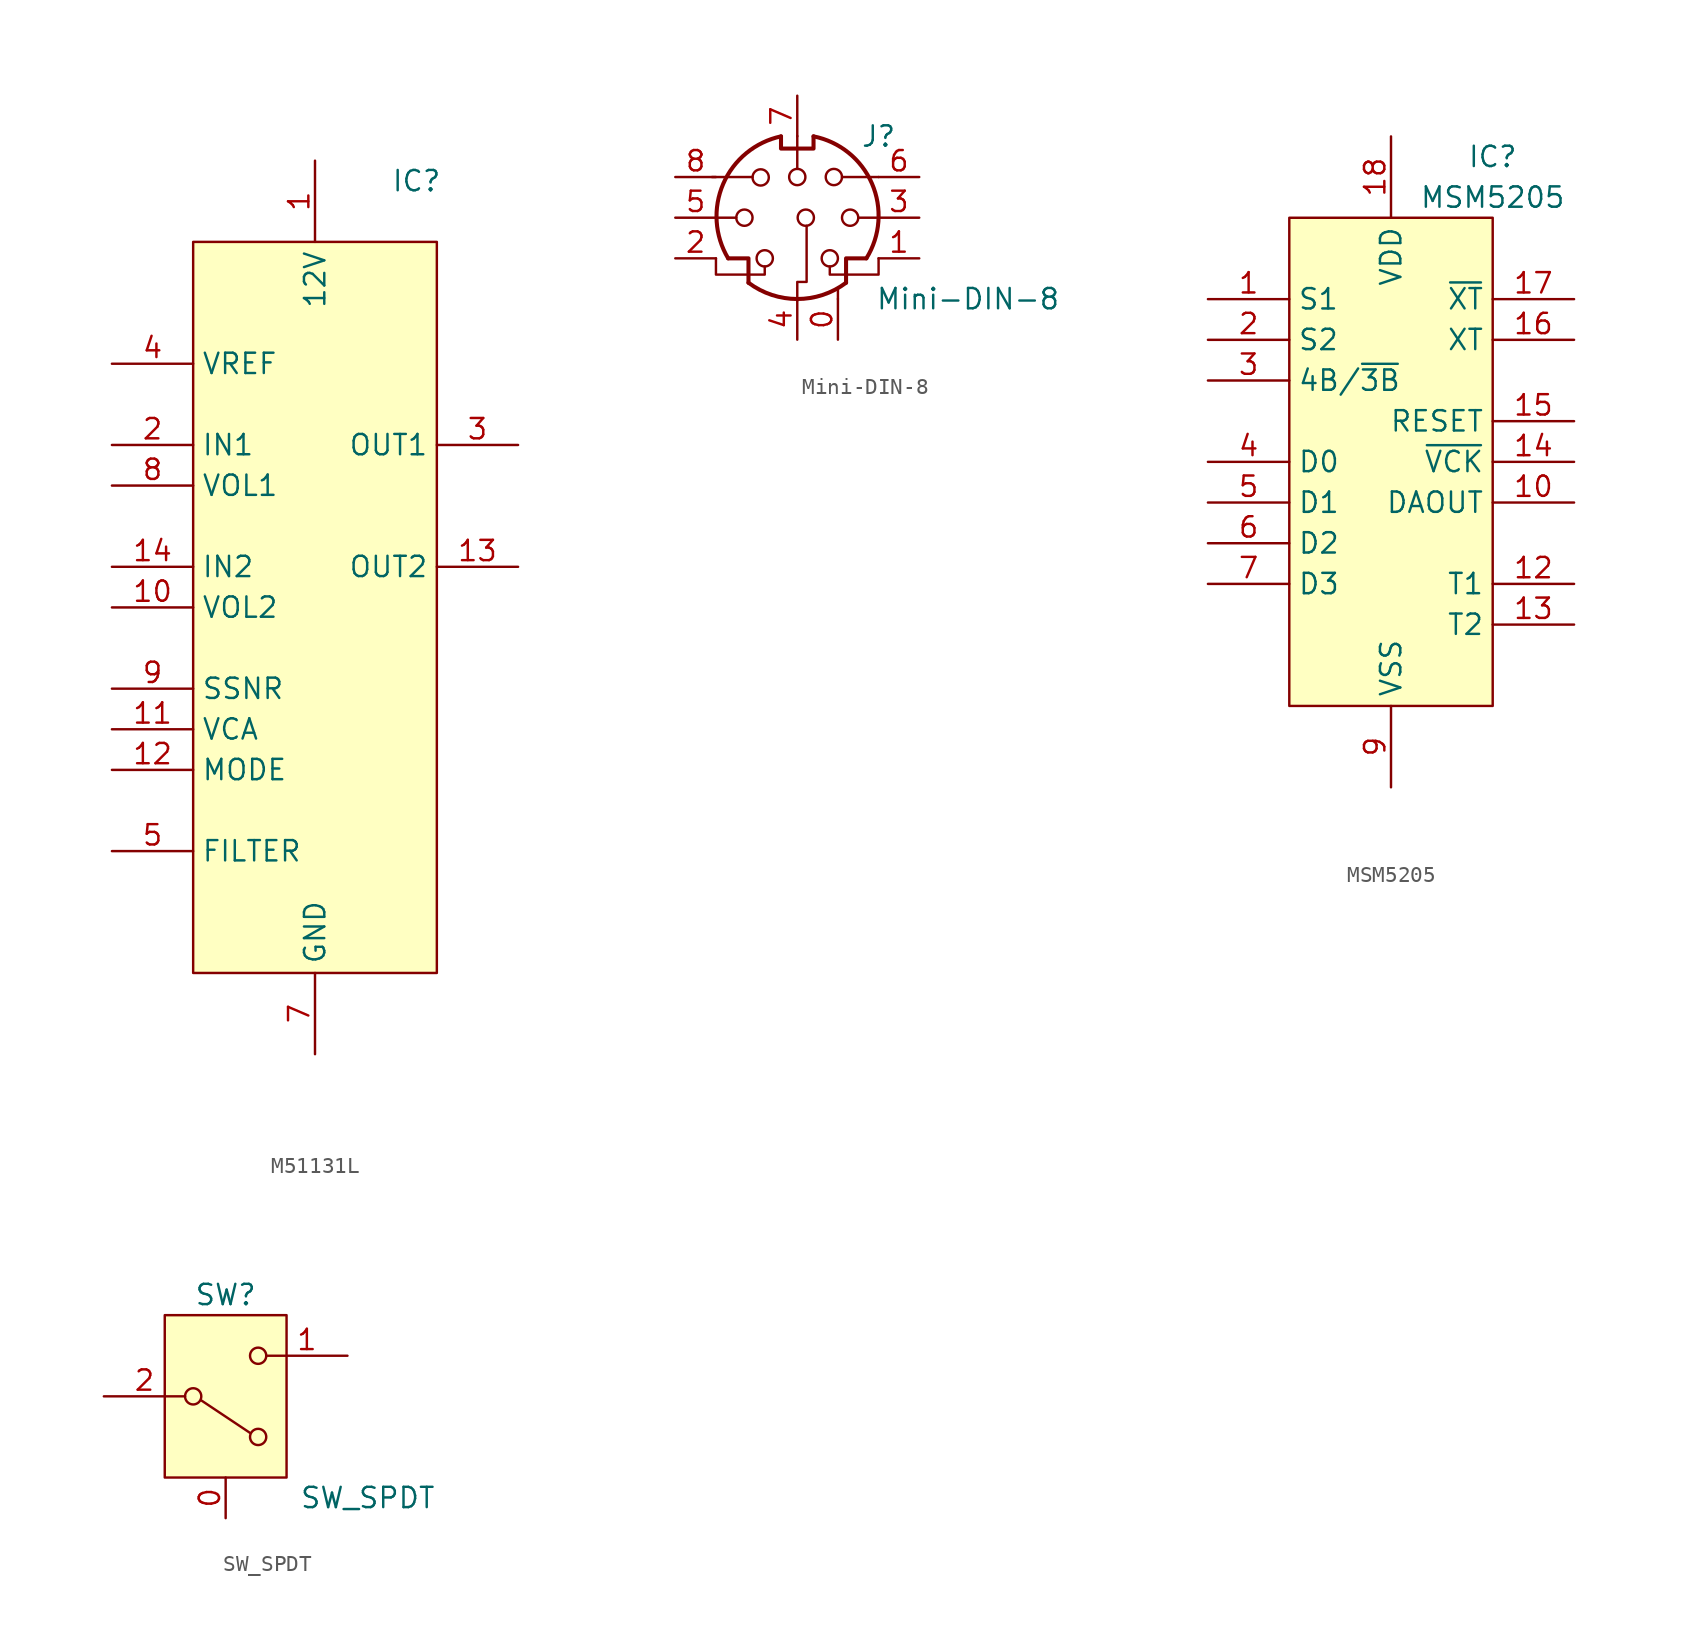
<source format=kicad_sym>
(kicad_symbol_lib
  (version 20220914)
  (generator kicad_symbol_editor)
  (symbol "M51131L"
    (property "Reference" "IC"
      (at 6.35 26.67 0)
      (effects (font (size 1.27 1.27))))
    (property "Value" ""
      (at 0 22.86 0)
      (effects (font (size 1.27 1.27))))
    (symbol "M51131L_1_1"
      (rectangle (start -7.62 22.86) (end 7.62 -22.86) (stroke (width 0) (type default)) (fill (type background)))
      (pin power_in line (at 0 27.94 270) (length 5.08) (name "12V" (effects (font (size 1.27 1.27)))) (number "1" (effects (font (size 1.27 1.27)))))
      (pin input line (at -12.7 0 0) (length 5.08) (name "VOL2" (effects (font (size 1.27 1.27)))) (number "10" (effects (font (size 1.27 1.27)))))
      (pin input line (at -12.7 -7.62 0) (length 5.08) (name "VCA" (effects (font (size 1.27 1.27)))) (number "11" (effects (font (size 1.27 1.27)))))
      (pin input line (at -12.7 -10.16 0) (length 5.08) (name "MODE" (effects (font (size 1.27 1.27)))) (number "12" (effects (font (size 1.27 1.27)))))
      (pin output line (at 12.7 2.54 180) (length 5.08) (name "OUT2" (effects (font (size 1.27 1.27)))) (number "13" (effects (font (size 1.27 1.27)))))
      (pin output line (at -12.7 2.54 0) (length 5.08) (name "IN2" (effects (font (size 1.27 1.27)))) (number "14" (effects (font (size 1.27 1.27)))))
      (pin input line (at -12.7 10.16 0) (length 5.08) (name "IN1" (effects (font (size 1.27 1.27)))) (number "2" (effects (font (size 1.27 1.27)))))
      (pin output line (at 12.7 10.16 180) (length 5.08) (name "OUT1" (effects (font (size 1.27 1.27)))) (number "3" (effects (font (size 1.27 1.27)))))
      (pin input line (at -12.7 15.24 0) (length 5.08) (name "VREF" (effects (font (size 1.27 1.27)))) (number "4" (effects (font (size 1.27 1.27)))))
      (pin input line (at -12.7 -15.24 0) (length 5.08) (name "FILTER" (effects (font (size 1.27 1.27)))) (number "5" (effects (font (size 1.27 1.27)))))
      (pin no_connect line (at 12.7 -12.7 180) (length 5.08) hide (name "N/C" (effects (font (size 1.27 1.27)))) (number "6" (effects (font (size 1.27 1.27)))))
      (pin power_out line (at 0 -27.94 90) (length 5.08) (name "GND" (effects (font (size 1.27 1.27)))) (number "7" (effects (font (size 1.27 1.27)))))
      (pin input line (at -12.7 7.62 0) (length 5.08) (name "VOL1" (effects (font (size 1.27 1.27)))) (number "8" (effects (font (size 1.27 1.27)))))
      (pin input line (at -12.7 -5.08 0) (length 5.08) (name "SSNR" (effects (font (size 1.27 1.27)))) (number "9" (effects (font (size 1.27 1.27)))))))
  (symbol "Mini-DIN-8"
    (pin_names
      (offset 1.016))
    (property "Reference" "J"
      (at 5.08 5.08 0)
      (effects (font (size 1.27 1.27))))
    (property "Value" "Mini-DIN-8"
      (at 10.668 -5.08 0)
      (effects (font (size 1.27 1.27))))
    (symbol "Mini-DIN-8_0_1"
      (circle (center -3.302 0) (radius 0.508) (stroke (width 0) (type default)) (fill (type none)))
      (arc (start -3.048 -4.064) (mid 0 -5.08) (end 3.048 -4.064) (stroke (width 0.254) (type default)) (fill (type none)))
      (circle (center -2.286 2.515) (radius 0.508) (stroke (width 0) (type default)) (fill (type none)))
      (circle (center -2.032 -2.54) (radius 0.508) (stroke (width 0) (type default)) (fill (type none)))
      (arc (start -1.016 5.08) (mid -4.6228 2.1214) (end -4.318 -2.54) (stroke (width 0.254) (type default)) (fill (type none)))
      (polyline (pts (xy -3.81 0) (xy -5.08 0)) (stroke (width 0) (type default)) (fill (type none)))
      (polyline (pts (xy -2.794 2.54) (xy -5.334 2.54)) (stroke (width 0) (type default)) (fill (type none)))
      (polyline (pts (xy 0 5.105) (xy 0 3.048)) (stroke (width 0) (type default)) (fill (type none)))
      (polyline (pts (xy 2.54 -5.08) (xy 2.54 -4.445)) (stroke (width 0) (type default)) (fill (type none)))
      (polyline (pts (xy 2.794 2.54) (xy 5.08 2.54)) (stroke (width 0) (type default)) (fill (type none)))
      (polyline (pts (xy 5.08 0) (xy 3.81 0)) (stroke (width 0) (type default)) (fill (type none)))
      (polyline (pts (xy -4.318 -2.54) (xy -3.048 -2.54) (xy -3.048 -4.064)) (stroke (width 0.254) (type default)) (fill (type none)))
      (polyline (pts (xy 4.318 -2.54) (xy 3.048 -2.54) (xy 3.048 -4.064)) (stroke (width 0.254) (type default)) (fill (type none)))
      (polyline (pts (xy -2.032 -3.048) (xy -2.032 -3.556) (xy -5.08 -3.556) (xy -5.08 -2.54)) (stroke (width 0) (type default)) (fill (type none)))
      (polyline (pts (xy -1.016 5.08) (xy -1.016 4.318) (xy 1.016 4.318) (xy 1.016 5.08)) (stroke (width 0.254) (type default)) (fill (type none)))
      (polyline (pts (xy 0.584 -0.508) (xy 0.584 -4.013) (xy 0 -4.013) (xy 0 -5.182)) (stroke (width 0) (type default)) (fill (type none)))
      (polyline (pts (xy 2.032 -3.048) (xy 2.032 -3.556) (xy 5.08 -3.556) (xy 5.08 -2.54)) (stroke (width 0) (type default)) (fill (type none)))
      (circle (center 0 2.54) (radius 0.508) (stroke (width 0) (type default)) (fill (type none)))
      (circle (center 2.032 -2.54) (radius 0.508) (stroke (width 0) (type default)) (fill (type none)))
      (circle (center 2.286 2.54) (radius 0.508) (stroke (width 0) (type default)) (fill (type none)))
      (circle (center 3.302 0) (radius 0.508) (stroke (width 0) (type default)) (fill (type none)))
      (arc (start 4.318 -2.54) (mid 4.6661 2.1322) (end 1.016 5.08) (stroke (width 0.254) (type default)) (fill (type none))))
    (symbol "Mini-DIN-8_1_1"
      (circle (center 0.533 0) (radius 0.508) (stroke (width 0) (type default)) (fill (type none)))
      (pin passive line (at 2.54 -7.62 90) (length 2.54) (name "" (effects (font (size 1.27 1.27)))) (number "0" (effects (font (size 1.27 1.27)))))
      (pin passive line (at 7.62 -2.54 180) (length 2.54) (name "~" (effects (font (size 1.27 1.27)))) (number "1" (effects (font (size 1.27 1.27)))))
      (pin passive line (at -7.62 -2.54 0) (length 2.54) (name "~" (effects (font (size 1.27 1.27)))) (number "2" (effects (font (size 1.27 1.27)))))
      (pin passive line (at 7.62 0 180) (length 2.54) (name "~" (effects (font (size 1.27 1.27)))) (number "3" (effects (font (size 1.27 1.27)))))
      (pin passive line (at 0 -7.62 90) (length 2.54) (name "~" (effects (font (size 1.27 1.27)))) (number "4" (effects (font (size 1.27 1.27)))))
      (pin passive line (at -7.62 0 0) (length 2.54) (name "~" (effects (font (size 1.27 1.27)))) (number "5" (effects (font (size 1.27 1.27)))))
      (pin passive line (at 7.62 2.54 180) (length 2.54) (name "~" (effects (font (size 1.27 1.27)))) (number "6" (effects (font (size 1.27 1.27)))))
      (pin passive line (at 0 7.62 270) (length 2.54) (name "~" (effects (font (size 1.27 1.27)))) (number "7" (effects (font (size 1.27 1.27)))))
      (pin passive line (at -7.62 2.54 0) (length 2.54) (name "~" (effects (font (size 1.27 1.27)))) (number "8" (effects (font (size 1.27 1.27)))))))
  (symbol "MSM5205"
    (property "Reference" "IC"
      (at 6.35 19.05 0)
      (effects (font (size 1.27 1.27))))
    (property "Value" "MSM5205"
      (at 6.35 16.51 0)
      (effects (font (size 1.27 1.27))))
    (symbol "MSM5205_1_1"
      (rectangle (start -6.35 15.24) (end 6.35 -15.24) (stroke (width 0) (type default)) (fill (type background)))
      (pin passive line (at -11.43 10.16 0) (length 5.08) (name "S1" (effects (font (size 1.27 1.27)))) (number "1" (effects (font (size 1.27 1.27)))))
      (pin output line (at 11.43 -2.54 180) (length 5.08) (name "DAOUT" (effects (font (size 1.27 1.27)))) (number "10" (effects (font (size 1.27 1.27)))))
      (pin no_connect line (at 5.08 -20.32 90) (length 5.08) hide (name "N/C" (effects (font (size 1.27 1.27)))) (number "11" (effects (font (size 1.27 1.27)))))
      (pin passive line (at 11.43 -7.62 180) (length 5.08) (name "T1" (effects (font (size 1.27 1.27)))) (number "12" (effects (font (size 1.27 1.27)))))
      (pin passive line (at 11.43 -10.16 180) (length 5.08) (name "T2" (effects (font (size 1.27 1.27)))) (number "13" (effects (font (size 1.27 1.27)))))
      (pin passive line (at 11.43 0 180) (length 5.08) (name "~{VCK}" (effects (font (size 1.27 1.27)))) (number "14" (effects (font (size 1.27 1.27)))))
      (pin passive line (at 11.43 2.54 180) (length 5.08) (name "RESET" (effects (font (size 1.27 1.27)))) (number "15" (effects (font (size 1.27 1.27)))))
      (pin passive line (at 11.43 7.62 180) (length 5.08) (name "XT" (effects (font (size 1.27 1.27)))) (number "16" (effects (font (size 1.27 1.27)))))
      (pin passive line (at 11.43 10.16 180) (length 5.08) (name "~{XT}" (effects (font (size 1.27 1.27)))) (number "17" (effects (font (size 1.27 1.27)))))
      (pin power_in line (at 0 20.32 270) (length 5.08) (name "VDD" (effects (font (size 1.27 1.27)))) (number "18" (effects (font (size 1.27 1.27)))))
      (pin passive line (at -11.43 7.62 0) (length 5.08) (name "S2" (effects (font (size 1.27 1.27)))) (number "2" (effects (font (size 1.27 1.27)))))
      (pin passive line (at -11.43 5.08 0) (length 5.08) (name "4B/~{3B}" (effects (font (size 1.27 1.27)))) (number "3" (effects (font (size 1.27 1.27)))))
      (pin passive line (at -11.43 0 0) (length 5.08) (name "D0" (effects (font (size 1.27 1.27)))) (number "4" (effects (font (size 1.27 1.27)))))
      (pin passive line (at -11.43 -2.54 0) (length 5.08) (name "D1" (effects (font (size 1.27 1.27)))) (number "5" (effects (font (size 1.27 1.27)))))
      (pin passive line (at -11.43 -5.08 0) (length 5.08) (name "D2" (effects (font (size 1.27 1.27)))) (number "6" (effects (font (size 1.27 1.27)))))
      (pin passive line (at -11.43 -7.62 0) (length 5.08) (name "D3" (effects (font (size 1.27 1.27)))) (number "7" (effects (font (size 1.27 1.27)))))
      (pin no_connect line (at 2.54 -20.32 90) (length 5.08) hide (name "N/C" (effects (font (size 1.27 1.27)))) (number "8" (effects (font (size 1.27 1.27)))))
      (pin power_out line (at 0 -20.32 90) (length 5.08) (name "VSS" (effects (font (size 1.27 1.27)))) (number "9" (effects (font (size 1.27 1.27)))))))
  (symbol "SW_SPDT"
    (pin_names
      (offset 0) hide)
    (property "Reference" "SW"
      (at 0 6.35 0)
      (effects (font (size 1.27 1.27))))
    (property "Value" "SW_SPDT"
      (at 8.89 -6.35 0)
      (effects (font (size 1.27 1.27))))
    (symbol "SW_SPDT_0_0"
      (circle (center -2.032 0) (radius 0.508) (stroke (width 0) (type default)) (fill (type none))))
    (symbol "SW_SPDT_0_1"
      (polyline (pts (xy -1.524 -0.254) (xy 1.524 -2.286)) (stroke (width 0) (type default)) (fill (type none)))
      (circle (center 2.032 2.54) (radius 0.508) (stroke (width 0) (type default)) (fill (type none))))
    (symbol "SW_SPDT_1_0"
      (circle (center 2.032 -2.54) (radius 0.508) (stroke (width 0) (type default)) (fill (type background))))
    (symbol "SW_SPDT_1_1"
      (rectangle (start -3.81 5.08) (end 3.81 -5.08) (stroke (width 0) (type default)) (fill (type background)))
      (pin passive line (at 0 -7.62 90) (length 2.54) (name "CASE" (effects (font (size 1.27 1.27)))) (number "0" (effects (font (size 1.27 1.27)))))
      (pin passive line (at 7.62 2.54 180) (length 5.08) (name "A" (effects (font (size 1.27 1.27)))) (number "1" (effects (font (size 1.27 1.27)))))
      (pin passive line (at -7.62 0 0) (length 5.08) (name "B" (effects (font (size 1.27 1.27)))) (number "2" (effects (font (size 1.27 1.27))))))))
</source>
